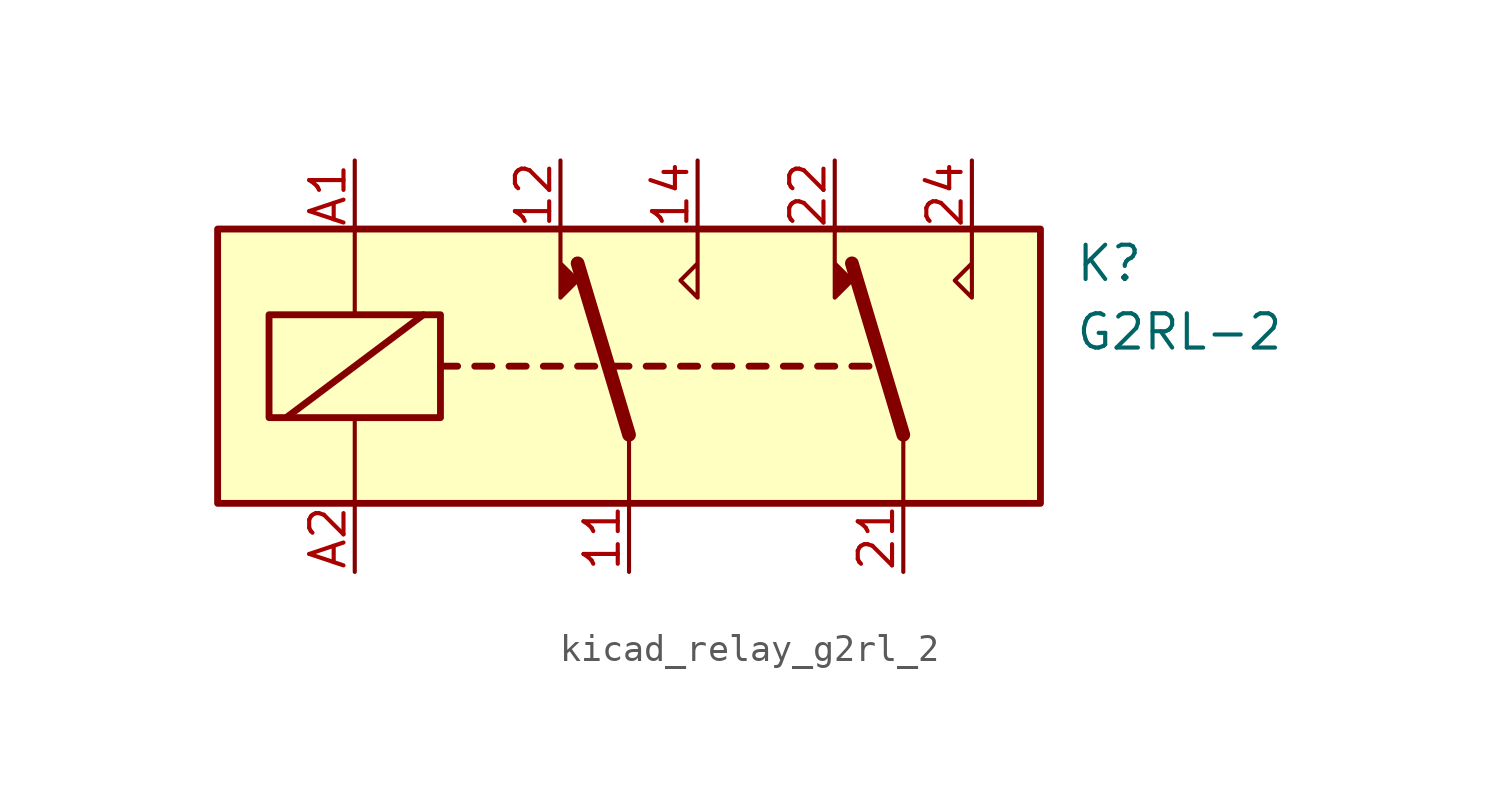
<source format=kicad_sym>
(kicad_symbol_lib
  (version 20220914)
  (generator kicad_symbol_editor)
  (symbol "kicad_relay_g2rl_2"
    (property "Reference" "K"
      (at 16.51 3.81 0)
      (effects (font (size 1.27 1.27)) (justify left)))
    (property "Value" "G2RL-2"
      (at 16.51 1.27 0)
      (effects (font (size 1.27 1.27)) (justify left)))
    (symbol "kicad_relay_g2rl_2_0_1"
      (rectangle (start -15.24 5.08) (end 15.24 -5.08) (stroke (width 0.254) (type default)) (fill (type background)))
      (rectangle (start -13.335 1.905) (end -6.985 -1.905) (stroke (width 0.254) (type default)) (fill (type none)))
      (polyline (pts (xy -12.7 -1.905) (xy -7.62 1.905)) (stroke (width 0.254) (type default)) (fill (type none)))
      (polyline (pts (xy -10.16 -5.08) (xy -10.16 -1.905)) (stroke (width 0) (type default)) (fill (type none)))
      (polyline (pts (xy -10.16 5.08) (xy -10.16 1.905)) (stroke (width 0) (type default)) (fill (type none)))
      (polyline (pts (xy -6.985 0) (xy -6.35 0)) (stroke (width 0.254) (type default)) (fill (type none)))
      (polyline (pts (xy -5.715 0) (xy -5.08 0)) (stroke (width 0.254) (type default)) (fill (type none)))
      (polyline (pts (xy -4.445 0) (xy -3.81 0)) (stroke (width 0.254) (type default)) (fill (type none)))
      (polyline (pts (xy -3.175 0) (xy -2.54 0)) (stroke (width 0.254) (type default)) (fill (type none)))
      (polyline (pts (xy -1.905 0) (xy -1.27 0)) (stroke (width 0.254) (type default)) (fill (type none)))
      (polyline (pts (xy -0.635 0) (xy 0 0)) (stroke (width 0.254) (type default)) (fill (type none)))
      (polyline (pts (xy 0 -2.54) (xy -1.905 3.81)) (stroke (width 0.508) (type default)) (fill (type none)))
      (polyline (pts (xy 0 -2.54) (xy 0 -5.08)) (stroke (width 0) (type default)) (fill (type none)))
      (polyline (pts (xy 0.635 0) (xy 1.27 0)) (stroke (width 0.254) (type default)) (fill (type none)))
      (polyline (pts (xy 1.905 0) (xy 2.54 0)) (stroke (width 0.254) (type default)) (fill (type none)))
      (polyline (pts (xy 3.175 0) (xy 3.81 0)) (stroke (width 0.254) (type default)) (fill (type none)))
      (polyline (pts (xy 4.445 0) (xy 5.08 0)) (stroke (width 0.254) (type default)) (fill (type none)))
      (polyline (pts (xy 5.715 0) (xy 6.35 0)) (stroke (width 0.254) (type default)) (fill (type none)))
      (polyline (pts (xy 6.985 0) (xy 7.62 0)) (stroke (width 0.254) (type default)) (fill (type none)))
      (polyline (pts (xy 8.255 0) (xy 8.89 0)) (stroke (width 0.254) (type default)) (fill (type none)))
      (polyline (pts (xy 10.16 -2.54) (xy 8.255 3.81)) (stroke (width 0.508) (type default)) (fill (type none)))
      (polyline (pts (xy 10.16 -2.54) (xy 10.16 -5.08)) (stroke (width 0) (type default)) (fill (type none)))
      (polyline (pts (xy -2.54 5.08) (xy -2.54 2.54) (xy -1.905 3.175) (xy -2.54 3.81)) (stroke (width 0) (type default)) (fill (type outline)))
      (polyline (pts (xy 2.54 5.08) (xy 2.54 2.54) (xy 1.905 3.175) (xy 2.54 3.81)) (stroke (width 0) (type default)) (fill (type none)))
      (polyline (pts (xy 7.62 5.08) (xy 7.62 2.54) (xy 8.255 3.175) (xy 7.62 3.81)) (stroke (width 0) (type default)) (fill (type outline)))
      (polyline (pts (xy 12.7 5.08) (xy 12.7 2.54) (xy 12.065 3.175) (xy 12.7 3.81)) (stroke (width 0) (type default)) (fill (type none))))
    (symbol "kicad_relay_g2rl_2_1_1"
      (pin passive line (at 0 -7.62 90) (length 2.54) (name "~" (effects (font (size 1.27 1.27)))) (number "11" (effects (font (size 1.27 1.27)))))
      (pin passive line (at -2.54 7.62 270) (length 2.54) (name "~" (effects (font (size 1.27 1.27)))) (number "12" (effects (font (size 1.27 1.27)))))
      (pin passive line (at 2.54 7.62 270) (length 2.54) (name "~" (effects (font (size 1.27 1.27)))) (number "14" (effects (font (size 1.27 1.27)))))
      (pin passive line (at 10.16 -7.62 90) (length 2.54) (name "~" (effects (font (size 1.27 1.27)))) (number "21" (effects (font (size 1.27 1.27)))))
      (pin passive line (at 7.62 7.62 270) (length 2.54) (name "~" (effects (font (size 1.27 1.27)))) (number "22" (effects (font (size 1.27 1.27)))))
      (pin passive line (at 12.7 7.62 270) (length 2.54) (name "~" (effects (font (size 1.27 1.27)))) (number "24" (effects (font (size 1.27 1.27)))))
      (pin passive line (at -10.16 7.62 270) (length 2.54) (name "~" (effects (font (size 1.27 1.27)))) (number "A1" (effects (font (size 1.27 1.27)))))
      (pin passive line (at -10.16 -7.62 90) (length 2.54) (name "~" (effects (font (size 1.27 1.27)))) (number "A2" (effects (font (size 1.27 1.27))))))))
</source>
